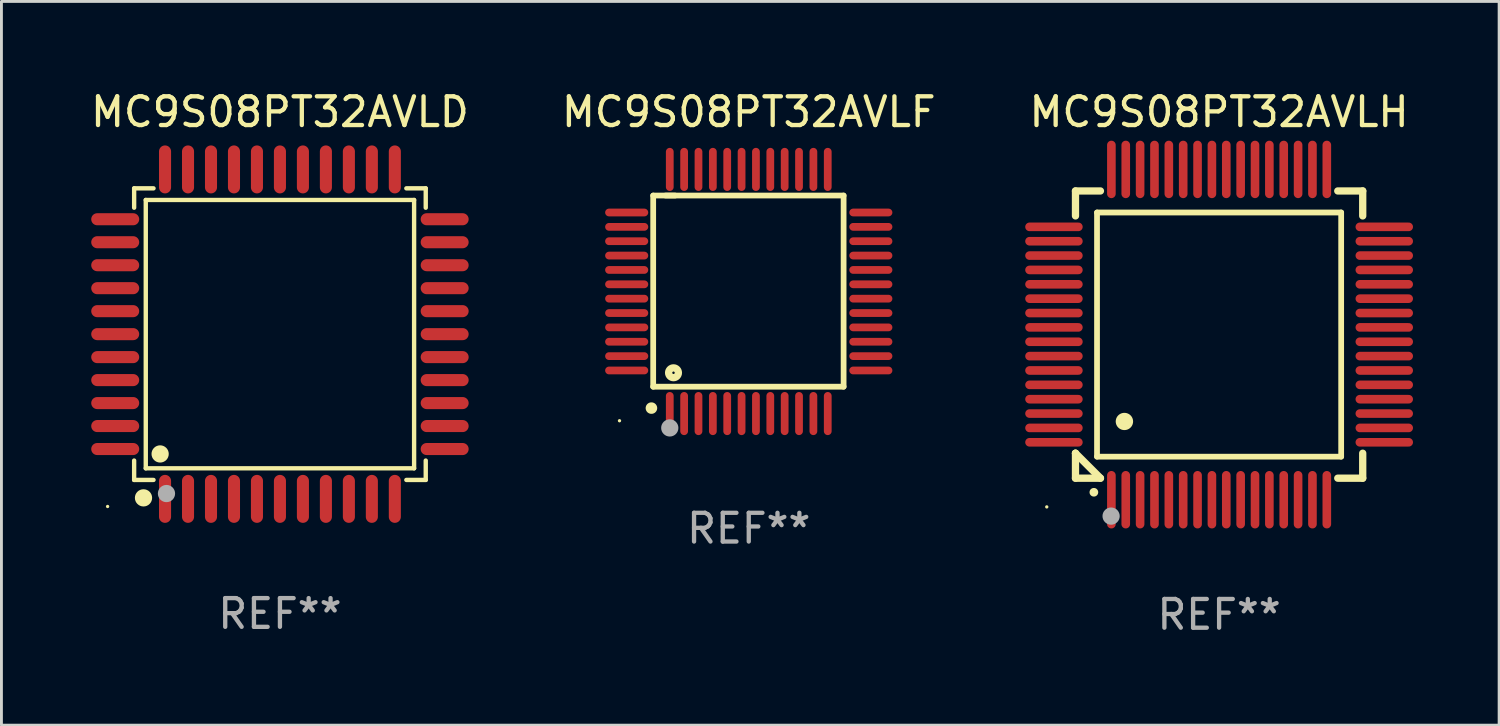
<source format=kicad_pcb>
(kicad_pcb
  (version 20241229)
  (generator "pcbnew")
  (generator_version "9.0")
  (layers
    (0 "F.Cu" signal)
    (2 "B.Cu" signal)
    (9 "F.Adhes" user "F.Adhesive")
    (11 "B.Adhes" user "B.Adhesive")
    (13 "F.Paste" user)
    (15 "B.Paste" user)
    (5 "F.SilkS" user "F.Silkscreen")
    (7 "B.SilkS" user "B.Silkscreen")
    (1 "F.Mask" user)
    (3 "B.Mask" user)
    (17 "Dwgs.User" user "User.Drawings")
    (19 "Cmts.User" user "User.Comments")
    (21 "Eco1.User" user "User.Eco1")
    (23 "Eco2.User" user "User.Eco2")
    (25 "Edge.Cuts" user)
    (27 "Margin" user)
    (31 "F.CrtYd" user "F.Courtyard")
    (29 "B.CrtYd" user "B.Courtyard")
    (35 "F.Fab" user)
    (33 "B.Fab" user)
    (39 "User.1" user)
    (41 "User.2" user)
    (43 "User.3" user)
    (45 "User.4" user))
  (footprint "MC9S08PT32AVLH"
    (layer "F.Cu")
    (at 39.393 8.598)
    (property "Reference" "MC9S08PT32AVLH" (at 0 -7.75 0) (layer "F.SilkS") (effects (font (size 1 1) (thickness 0.15))))
    (attr through_hole)
    (fp_line (start -5 -5) (end -4.131 -5) (stroke (width 0.254) (type solid)) (layer "F.SilkS"))
    (fp_line (start -5 -4.131) (end -5 -5) (stroke (width 0.254) (type solid)) (layer "F.SilkS"))
    (fp_line (start -5 4.131) (end -5 4.131) (stroke (width 0.254) (type solid)) (layer "F.SilkS"))
    (fp_line (start -5 5) (end -5 4.131) (stroke (width 0.254) (type solid)) (layer "F.SilkS"))
    (fp_line (start -5 4.131) (end -4.131 5) (stroke (width 0.254) (type solid)) (layer "F.SilkS"))
    (fp_line (start -4.25 -4.25) (end -4.25 4.25) (stroke (width 0.2) (type solid)) (layer "F.SilkS"))
    (fp_line (start -4.25 4.25) (end 4.25 4.25) (stroke (width 0.2) (type solid)) (layer "F.SilkS"))
    (fp_line (start -4.131 5) (end -5 5) (stroke (width 0.254) (type solid)) (layer "F.SilkS"))
    (fp_line (start 4.25 -4.25) (end -4.25 -4.25) (stroke (width 0.2) (type solid)) (layer "F.SilkS"))
    (fp_line (start 4.25 4.25) (end 4.25 -4.25) (stroke (width 0.2) (type solid)) (layer "F.SilkS"))
    (fp_line (start 5 -5) (end 4.131 -5) (stroke (width 0.254) (type solid)) (layer "F.SilkS"))
    (fp_line (start 5 -5) (end 5 -4.131) (stroke (width 0.254) (type solid)) (layer "F.SilkS"))
    (fp_line (start 5 4.131) (end 5 5) (stroke (width 0.254) (type solid)) (layer "F.SilkS"))
    (fp_line (start 5 5) (end 4.131 5) (stroke (width 0.254) (type solid)) (layer "F.SilkS"))
    (fp_arc (start -4.361265 5.489992) (mid -4.359995 5.489987) (end -4.358725 5.489992) (stroke (width 0.3) (type solid)) (layer "F.SilkS"))
    (fp_arc (start -3.299467 3.025146) (mid -3.296927 3.025135) (end -3.294387 3.025146) (stroke (width 0.6) (type solid)) (layer "F.SilkS"))
    (fp_circle (center -6 6) (end -5.97 6) (stroke (width 0.06) (type solid)) (fill no) (layer "F.SilkS"))
    (fp_circle (center -3.76 6.32) (end -3.61 6.32) (stroke (width 0.3) (type solid)) (fill no) (layer "F.Fab"))
    (fp_text user "REF**" (at 0 9.75 0) (layer "F.Fab") (effects (font (size 1 1) (thickness 0.15))))
    (pad "1" smd oval (at -3.75 5.75) (size 0.3 2) (layers "F.Cu" "F.Mask" "F.Paste"))
    (pad "2" smd oval (at -3.25 5.75) (size 0.3 2) (layers "F.Cu" "F.Mask" "F.Paste"))
    (pad "3" smd oval (at -2.75 5.75) (size 0.3 2) (layers "F.Cu" "F.Mask" "F.Paste"))
    (pad "4" smd oval (at -2.25 5.75) (size 0.3 2) (layers "F.Cu" "F.Mask" "F.Paste"))
    (pad "5" smd oval (at -1.75 5.75) (size 0.3 2) (layers "F.Cu" "F.Mask" "F.Paste"))
    (pad "6" smd oval (at -1.25 5.75) (size 0.3 2) (layers "F.Cu" "F.Mask" "F.Paste"))
    (pad "7" smd oval (at -0.75 5.75) (size 0.3 2) (layers "F.Cu" "F.Mask" "F.Paste"))
    (pad "8" smd oval (at -0.25 5.75) (size 0.3 2) (layers "F.Cu" "F.Mask" "F.Paste"))
    (pad "9" smd oval (at 0.25 5.75) (size 0.3 2) (layers "F.Cu" "F.Mask" "F.Paste"))
    (pad "10" smd oval (at 0.75 5.75) (size 0.3 2) (layers "F.Cu" "F.Mask" "F.Paste"))
    (pad "11" smd oval (at 1.25 5.75) (size 0.3 2) (layers "F.Cu" "F.Mask" "F.Paste"))
    (pad "12" smd oval (at 1.75 5.75) (size 0.3 2) (layers "F.Cu" "F.Mask" "F.Paste"))
    (pad "13" smd oval (at 2.25 5.75) (size 0.3 2) (layers "F.Cu" "F.Mask" "F.Paste"))
    (pad "14" smd oval (at 2.75 5.75) (size 0.3 2) (layers "F.Cu" "F.Mask" "F.Paste"))
    (pad "15" smd oval (at 3.25 5.75) (size 0.3 2) (layers "F.Cu" "F.Mask" "F.Paste"))
    (pad "16" smd oval (at 3.75 5.75) (size 0.3 2) (layers "F.Cu" "F.Mask" "F.Paste"))
    (pad "17" smd oval (at 5.75 3.75) (size 2 0.3) (layers "F.Cu" "F.Mask" "F.Paste"))
    (pad "18" smd oval (at 5.75 3.25) (size 2 0.3) (layers "F.Cu" "F.Mask" "F.Paste"))
    (pad "19" smd oval (at 5.75 2.75) (size 2 0.3) (layers "F.Cu" "F.Mask" "F.Paste"))
    (pad "20" smd oval (at 5.75 2.25) (size 2 0.3) (layers "F.Cu" "F.Mask" "F.Paste"))
    (pad "21" smd oval (at 5.75 1.75) (size 2 0.3) (layers "F.Cu" "F.Mask" "F.Paste"))
    (pad "22" smd oval (at 5.75 1.25) (size 2 0.3) (layers "F.Cu" "F.Mask" "F.Paste"))
    (pad "23" smd oval (at 5.75 0.75) (size 2 0.3) (layers "F.Cu" "F.Mask" "F.Paste"))
    (pad "24" smd oval (at 5.75 0.25) (size 2 0.3) (layers "F.Cu" "F.Mask" "F.Paste"))
    (pad "25" smd oval (at 5.75 -0.25) (size 2 0.3) (layers "F.Cu" "F.Mask" "F.Paste"))
    (pad "26" smd oval (at 5.75 -0.75) (size 2 0.3) (layers "F.Cu" "F.Mask" "F.Paste"))
    (pad "27" smd oval (at 5.75 -1.25) (size 2 0.3) (layers "F.Cu" "F.Mask" "F.Paste"))
    (pad "28" smd oval (at 5.75 -1.75) (size 2 0.3) (layers "F.Cu" "F.Mask" "F.Paste"))
    (pad "29" smd oval (at 5.75 -2.25) (size 2 0.3) (layers "F.Cu" "F.Mask" "F.Paste"))
    (pad "30" smd oval (at 5.75 -2.75) (size 2 0.3) (layers "F.Cu" "F.Mask" "F.Paste"))
    (pad "31" smd oval (at 5.75 -3.25) (size 2 0.3) (layers "F.Cu" "F.Mask" "F.Paste"))
    (pad "32" smd oval (at 5.75 -3.75) (size 2 0.3) (layers "F.Cu" "F.Mask" "F.Paste"))
    (pad "33" smd oval (at 3.75 -5.75) (size 0.3 2) (layers "F.Cu" "F.Mask" "F.Paste"))
    (pad "34" smd oval (at 3.25 -5.75) (size 0.3 2) (layers "F.Cu" "F.Mask" "F.Paste"))
    (pad "35" smd oval (at 2.75 -5.75) (size 0.3 2) (layers "F.Cu" "F.Mask" "F.Paste"))
    (pad "36" smd oval (at 2.25 -5.75) (size 0.3 2) (layers "F.Cu" "F.Mask" "F.Paste"))
    (pad "37" smd oval (at 1.75 -5.75) (size 0.3 2) (layers "F.Cu" "F.Mask" "F.Paste"))
    (pad "38" smd oval (at 1.25 -5.75) (size 0.3 2) (layers "F.Cu" "F.Mask" "F.Paste"))
    (pad "39" smd oval (at 0.75 -5.75) (size 0.3 2) (layers "F.Cu" "F.Mask" "F.Paste"))
    (pad "40" smd oval (at 0.25 -5.75) (size 0.3 2) (layers "F.Cu" "F.Mask" "F.Paste"))
    (pad "41" smd oval (at -0.25 -5.75) (size 0.3 2) (layers "F.Cu" "F.Mask" "F.Paste"))
    (pad "42" smd oval (at -0.75 -5.75) (size 0.3 2) (layers "F.Cu" "F.Mask" "F.Paste"))
    (pad "43" smd oval (at -1.25 -5.75) (size 0.3 2) (layers "F.Cu" "F.Mask" "F.Paste"))
    (pad "44" smd oval (at -1.75 -5.75) (size 0.3 2) (layers "F.Cu" "F.Mask" "F.Paste"))
    (pad "45" smd oval (at -2.25 -5.75) (size 0.3 2) (layers "F.Cu" "F.Mask" "F.Paste"))
    (pad "46" smd oval (at -2.75 -5.75) (size 0.3 2) (layers "F.Cu" "F.Mask" "F.Paste"))
    (pad "47" smd oval (at -3.25 -5.75) (size 0.3 2) (layers "F.Cu" "F.Mask" "F.Paste"))
    (pad "48" smd oval (at -3.75 -5.75) (size 0.3 2) (layers "F.Cu" "F.Mask" "F.Paste"))
    (pad "49" smd oval (at -5.75 -3.75) (size 2 0.3) (layers "F.Cu" "F.Mask" "F.Paste"))
    (pad "50" smd oval (at -5.75 -3.25) (size 2 0.3) (layers "F.Cu" "F.Mask" "F.Paste"))
    (pad "51" smd oval (at -5.75 -2.75) (size 2 0.3) (layers "F.Cu" "F.Mask" "F.Paste"))
    (pad "52" smd oval (at -5.75 -2.25) (size 2 0.3) (layers "F.Cu" "F.Mask" "F.Paste"))
    (pad "53" smd oval (at -5.75 -1.75) (size 2 0.3) (layers "F.Cu" "F.Mask" "F.Paste"))
    (pad "54" smd oval (at -5.75 -1.25) (size 2 0.3) (layers "F.Cu" "F.Mask" "F.Paste"))
    (pad "55" smd oval (at -5.75 -0.75) (size 2 0.3) (layers "F.Cu" "F.Mask" "F.Paste"))
    (pad "56" smd oval (at -5.75 -0.25) (size 2 0.3) (layers "F.Cu" "F.Mask" "F.Paste"))
    (pad "57" smd oval (at -5.75 0.25) (size 2 0.3) (layers "F.Cu" "F.Mask" "F.Paste"))
    (pad "58" smd oval (at -5.75 0.75) (size 2 0.3) (layers "F.Cu" "F.Mask" "F.Paste"))
    (pad "59" smd oval (at -5.75 1.25) (size 2 0.3) (layers "F.Cu" "F.Mask" "F.Paste"))
    (pad "60" smd oval (at -5.75 1.75) (size 2 0.3) (layers "F.Cu" "F.Mask" "F.Paste"))
    (pad "61" smd oval (at -5.75 2.25) (size 2 0.3) (layers "F.Cu" "F.Mask" "F.Paste"))
    (pad "62" smd oval (at -5.75 2.75) (size 2 0.3) (layers "F.Cu" "F.Mask" "F.Paste"))
    (pad "63" smd oval (at -5.75 3.25) (size 2 0.3) (layers "F.Cu" "F.Mask" "F.Paste"))
    (pad "64" smd oval (at -5.75 3.75) (size 2 0.3) (layers "F.Cu" "F.Mask" "F.Paste")))
  (footprint "MC9S08PT32AVLD"
    (layer "F.Cu")
    (at 6.696 8.583)
    (property "Reference" "MC9S08PT32AVLD" (at 0 -7.735 0) (layer "F.SilkS") (effects (font (size 1 1) (thickness 0.15))))
    (attr through_hole)
    (fp_line (start -5.076 -5.076) (end -4.401 -5.076) (stroke (width 0.152) (type solid)) (layer "F.SilkS"))
    (fp_line (start -5.076 -4.401) (end -5.076 -5.076) (stroke (width 0.152) (type solid)) (layer "F.SilkS"))
    (fp_line (start -5.076 4.401) (end -5.076 5.076) (stroke (width 0.152) (type solid)) (layer "F.SilkS"))
    (fp_line (start -5.076 5.076) (end -4.401 5.076) (stroke (width 0.152) (type solid)) (layer "F.SilkS"))
    (fp_line (start -4.671 -4.671) (end 4.671 -4.671) (stroke (width 0.152) (type solid)) (layer "F.SilkS"))
    (fp_line (start -4.671 4.671) (end -4.671 -4.671) (stroke (width 0.152) (type solid)) (layer "F.SilkS"))
    (fp_line (start 4.671 -4.671) (end 4.671 4.671) (stroke (width 0.152) (type solid)) (layer "F.SilkS"))
    (fp_line (start 4.671 4.671) (end -4.671 4.671) (stroke (width 0.152) (type solid)) (layer "F.SilkS"))
    (fp_line (start 5.076 -5.076) (end 4.401 -5.076) (stroke (width 0.152) (type solid)) (layer "F.SilkS"))
    (fp_line (start 5.076 -4.401) (end 5.076 -5.076) (stroke (width 0.152) (type solid)) (layer "F.SilkS"))
    (fp_line (start 5.076 4.401) (end 5.076 5.076) (stroke (width 0.152) (type solid)) (layer "F.SilkS"))
    (fp_line (start 5.076 5.076) (end 4.401 5.076) (stroke (width 0.152) (type solid)) (layer "F.SilkS"))
    (fp_circle (center -6 6) (end -5.97 6) (stroke (width 0.06) (type solid)) (fill no) (layer "F.SilkS"))
    (fp_circle (center -4.75 5.7) (end -4.6 5.7) (stroke (width 0.3) (type solid)) (fill no) (layer "F.SilkS"))
    (fp_circle (center -4.171 4.171) (end -4.021 4.171) (stroke (width 0.3) (type solid)) (fill no) (layer "F.SilkS"))
    (fp_circle (center -3.95 5.55) (end -3.8 5.55) (stroke (width 0.3) (type solid)) (fill no) (layer "F.Fab"))
    (fp_text user "REF**" (at 0 9.735 0) (layer "F.Fab") (effects (font (size 1 1) (thickness 0.15))))
    (pad "1" smd oval (at -4 5.735) (size 0.42 1.67) (layers "F.Cu" "F.Mask" "F.Paste"))
    (pad "2" smd oval (at -3.2 5.735) (size 0.42 1.67) (layers "F.Cu" "F.Mask" "F.Paste"))
    (pad "3" smd oval (at -2.4 5.735) (size 0.42 1.67) (layers "F.Cu" "F.Mask" "F.Paste"))
    (pad "4" smd oval (at -1.6 5.735) (size 0.42 1.67) (layers "F.Cu" "F.Mask" "F.Paste"))
    (pad "5" smd oval (at -0.8 5.735) (size 0.42 1.67) (layers "F.Cu" "F.Mask" "F.Paste"))
    (pad "6" smd oval (at 0 5.735) (size 0.42 1.67) (layers "F.Cu" "F.Mask" "F.Paste"))
    (pad "7" smd oval (at 0.8 5.735) (size 0.42 1.67) (layers "F.Cu" "F.Mask" "F.Paste"))
    (pad "8" smd oval (at 1.6 5.735) (size 0.42 1.67) (layers "F.Cu" "F.Mask" "F.Paste"))
    (pad "9" smd oval (at 2.4 5.735) (size 0.42 1.67) (layers "F.Cu" "F.Mask" "F.Paste"))
    (pad "10" smd oval (at 3.2 5.735) (size 0.42 1.67) (layers "F.Cu" "F.Mask" "F.Paste"))
    (pad "11" smd oval (at 4 5.735) (size 0.42 1.67) (layers "F.Cu" "F.Mask" "F.Paste"))
    (pad "12" smd oval (at 5.735 4) (size 1.67 0.42) (layers "F.Cu" "F.Mask" "F.Paste"))
    (pad "13" smd oval (at 5.735 3.2) (size 1.67 0.42) (layers "F.Cu" "F.Mask" "F.Paste"))
    (pad "14" smd oval (at 5.735 2.4) (size 1.67 0.42) (layers "F.Cu" "F.Mask" "F.Paste"))
    (pad "15" smd oval (at 5.735 1.6) (size 1.67 0.42) (layers "F.Cu" "F.Mask" "F.Paste"))
    (pad "16" smd oval (at 5.735 0.8) (size 1.67 0.42) (layers "F.Cu" "F.Mask" "F.Paste"))
    (pad "17" smd oval (at 5.735 0) (size 1.67 0.42) (layers "F.Cu" "F.Mask" "F.Paste"))
    (pad "18" smd oval (at 5.735 -0.8) (size 1.67 0.42) (layers "F.Cu" "F.Mask" "F.Paste"))
    (pad "19" smd oval (at 5.735 -1.6) (size 1.67 0.42) (layers "F.Cu" "F.Mask" "F.Paste"))
    (pad "20" smd oval (at 5.735 -2.4) (size 1.67 0.42) (layers "F.Cu" "F.Mask" "F.Paste"))
    (pad "21" smd oval (at 5.735 -3.2) (size 1.67 0.42) (layers "F.Cu" "F.Mask" "F.Paste"))
    (pad "22" smd oval (at 5.735 -4) (size 1.67 0.42) (layers "F.Cu" "F.Mask" "F.Paste"))
    (pad "23" smd oval (at 4 -5.735) (size 0.42 1.67) (layers "F.Cu" "F.Mask" "F.Paste"))
    (pad "24" smd oval (at 3.2 -5.735) (size 0.42 1.67) (layers "F.Cu" "F.Mask" "F.Paste"))
    (pad "25" smd oval (at 2.4 -5.735) (size 0.42 1.67) (layers "F.Cu" "F.Mask" "F.Paste"))
    (pad "26" smd oval (at 1.6 -5.735) (size 0.42 1.67) (layers "F.Cu" "F.Mask" "F.Paste"))
    (pad "27" smd oval (at 0.8 -5.735) (size 0.42 1.67) (layers "F.Cu" "F.Mask" "F.Paste"))
    (pad "28" smd oval (at 0 -5.735) (size 0.42 1.67) (layers "F.Cu" "F.Mask" "F.Paste"))
    (pad "29" smd oval (at -0.8 -5.735) (size 0.42 1.67) (layers "F.Cu" "F.Mask" "F.Paste"))
    (pad "30" smd oval (at -1.6 -5.735) (size 0.42 1.67) (layers "F.Cu" "F.Mask" "F.Paste"))
    (pad "31" smd oval (at -2.4 -5.735) (size 0.42 1.67) (layers "F.Cu" "F.Mask" "F.Paste"))
    (pad "32" smd oval (at -3.2 -5.735) (size 0.42 1.67) (layers "F.Cu" "F.Mask" "F.Paste"))
    (pad "33" smd oval (at -4 -5.735) (size 0.42 1.67) (layers "F.Cu" "F.Mask" "F.Paste"))
    (pad "34" smd oval (at -5.735 -4) (size 1.67 0.42) (layers "F.Cu" "F.Mask" "F.Paste"))
    (pad "35" smd oval (at -5.735 -3.2) (size 1.67 0.42) (layers "F.Cu" "F.Mask" "F.Paste"))
    (pad "36" smd oval (at -5.735 -2.4) (size 1.67 0.42) (layers "F.Cu" "F.Mask" "F.Paste"))
    (pad "37" smd oval (at -5.735 -1.6) (size 1.67 0.42) (layers "F.Cu" "F.Mask" "F.Paste"))
    (pad "38" smd oval (at -5.735 -0.8) (size 1.67 0.42) (layers "F.Cu" "F.Mask" "F.Paste"))
    (pad "39" smd oval (at -5.735 0) (size 1.67 0.42) (layers "F.Cu" "F.Mask" "F.Paste"))
    (pad "40" smd oval (at -5.735 0.8) (size 1.67 0.42) (layers "F.Cu" "F.Mask" "F.Paste"))
    (pad "41" smd oval (at -5.735 1.6) (size 1.67 0.42) (layers "F.Cu" "F.Mask" "F.Paste"))
    (pad "42" smd oval (at -5.735 2.4) (size 1.67 0.42) (layers "F.Cu" "F.Mask" "F.Paste"))
    (pad "43" smd oval (at -5.735 3.2) (size 1.67 0.42) (layers "F.Cu" "F.Mask" "F.Paste"))
    (pad "44" smd oval (at -5.735 4) (size 1.67 0.42) (layers "F.Cu" "F.Mask" "F.Paste")))
  (footprint "MC9S08PT32AVLF"
    (layer "F.Cu")
    (at 23.018 7.098)
    (property "Reference" "MC9S08PT32AVLF" (at 0 -6.25 0) (layer "F.SilkS") (effects (font (size 1 1) (thickness 0.15))))
    (attr through_hole)
    (fp_line (start -3.327 -3.34) (end -2.565 -3.34) (stroke (width 0.2) (type solid)) (layer "F.SilkS"))
    (fp_line (start -3.327 3.315) (end -3.327 -3.34) (stroke (width 0.2) (type solid)) (layer "F.SilkS"))
    (fp_line (start -2.896 -3.34) (end 3.302 -3.34) (stroke (width 0.2) (type solid)) (layer "F.SilkS"))
    (fp_line (start 3.302 -3.34) (end 3.302 3.315) (stroke (width 0.2) (type solid)) (layer "F.SilkS"))
    (fp_line (start 3.302 3.315) (end -3.327 3.315) (stroke (width 0.2) (type solid)) (layer "F.SilkS"))
    (fp_arc (start -3.389992 4.059995) (mid -3.388722 4.059991) (end -3.387452 4.059995) (stroke (width 0.4) (type solid)) (layer "F.SilkS"))
    (fp_circle (center -4.5 4.5) (end -4.47 4.5) (stroke (width 0.06) (type solid)) (fill no) (layer "F.SilkS"))
    (fp_circle (center -2.62 2.83) (end -2.45 2.83) (stroke (width 0.254) (type solid)) (fill no) (layer "F.SilkS"))
    (fp_circle (center -2.75 4.75) (end -2.6 4.75) (stroke (width 0.3) (type solid)) (fill no) (layer "F.Fab"))
    (fp_text user "REF**" (at 0 8.25 0) (layer "F.Fab") (effects (font (size 1 1) (thickness 0.15))))
    (pad "1" smd oval (at -2.75 4.25) (size 0.27 1.5) (layers "F.Cu" "F.Mask" "F.Paste"))
    (pad "2" smd oval (at -2.25 4.25) (size 0.27 1.5) (layers "F.Cu" "F.Mask" "F.Paste"))
    (pad "3" smd oval (at -1.75 4.25) (size 0.27 1.5) (layers "F.Cu" "F.Mask" "F.Paste"))
    (pad "4" smd oval (at -1.25 4.25) (size 0.27 1.5) (layers "F.Cu" "F.Mask" "F.Paste"))
    (pad "5" smd oval (at -0.75 4.25) (size 0.27 1.5) (layers "F.Cu" "F.Mask" "F.Paste"))
    (pad "6" smd oval (at -0.25 4.25) (size 0.27 1.5) (layers "F.Cu" "F.Mask" "F.Paste"))
    (pad "7" smd oval (at 0.25 4.25) (size 0.27 1.5) (layers "F.Cu" "F.Mask" "F.Paste"))
    (pad "8" smd oval (at 0.75 4.25) (size 0.27 1.5) (layers "F.Cu" "F.Mask" "F.Paste"))
    (pad "9" smd oval (at 1.25 4.25) (size 0.27 1.5) (layers "F.Cu" "F.Mask" "F.Paste"))
    (pad "10" smd oval (at 1.75 4.25) (size 0.27 1.5) (layers "F.Cu" "F.Mask" "F.Paste"))
    (pad "11" smd oval (at 2.25 4.25) (size 0.27 1.5) (layers "F.Cu" "F.Mask" "F.Paste"))
    (pad "12" smd oval (at 2.75 4.25) (size 0.27 1.5) (layers "F.Cu" "F.Mask" "F.Paste"))
    (pad "13" smd oval (at 4.25 2.75) (size 1.5 0.27) (layers "F.Cu" "F.Mask" "F.Paste"))
    (pad "14" smd oval (at 4.25 2.25) (size 1.5 0.27) (layers "F.Cu" "F.Mask" "F.Paste"))
    (pad "15" smd oval (at 4.25 1.75) (size 1.5 0.27) (layers "F.Cu" "F.Mask" "F.Paste"))
    (pad "16" smd oval (at 4.25 1.25) (size 1.5 0.27) (layers "F.Cu" "F.Mask" "F.Paste"))
    (pad "17" smd oval (at 4.25 0.75) (size 1.5 0.27) (layers "F.Cu" "F.Mask" "F.Paste"))
    (pad "18" smd oval (at 4.25 0.25) (size 1.5 0.27) (layers "F.Cu" "F.Mask" "F.Paste"))
    (pad "19" smd oval (at 4.25 -0.25) (size 1.5 0.27) (layers "F.Cu" "F.Mask" "F.Paste"))
    (pad "20" smd oval (at 4.25 -0.75) (size 1.5 0.27) (layers "F.Cu" "F.Mask" "F.Paste"))
    (pad "21" smd oval (at 4.25 -1.25) (size 1.5 0.27) (layers "F.Cu" "F.Mask" "F.Paste"))
    (pad "22" smd oval (at 4.25 -1.75) (size 1.5 0.27) (layers "F.Cu" "F.Mask" "F.Paste"))
    (pad "23" smd oval (at 4.25 -2.25) (size 1.5 0.27) (layers "F.Cu" "F.Mask" "F.Paste"))
    (pad "24" smd oval (at 4.25 -2.75) (size 1.5 0.27) (layers "F.Cu" "F.Mask" "F.Paste"))
    (pad "25" smd oval (at 2.75 -4.25) (size 0.27 1.5) (layers "F.Cu" "F.Mask" "F.Paste"))
    (pad "26" smd oval (at 2.25 -4.25) (size 0.27 1.5) (layers "F.Cu" "F.Mask" "F.Paste"))
    (pad "27" smd oval (at 1.75 -4.25) (size 0.27 1.5) (layers "F.Cu" "F.Mask" "F.Paste"))
    (pad "28" smd oval (at 1.25 -4.25) (size 0.27 1.5) (layers "F.Cu" "F.Mask" "F.Paste"))
    (pad "29" smd oval (at 0.75 -4.25) (size 0.27 1.5) (layers "F.Cu" "F.Mask" "F.Paste"))
    (pad "30" smd oval (at 0.25 -4.25) (size 0.27 1.5) (layers "F.Cu" "F.Mask" "F.Paste"))
    (pad "31" smd oval (at -0.25 -4.25) (size 0.27 1.5) (layers "F.Cu" "F.Mask" "F.Paste"))
    (pad "32" smd oval (at -0.75 -4.25) (size 0.27 1.5) (layers "F.Cu" "F.Mask" "F.Paste"))
    (pad "33" smd oval (at -1.25 -4.25) (size 0.27 1.5) (layers "F.Cu" "F.Mask" "F.Paste"))
    (pad "34" smd oval (at -1.75 -4.25) (size 0.27 1.5) (layers "F.Cu" "F.Mask" "F.Paste"))
    (pad "35" smd oval (at -2.25 -4.25) (size 0.27 1.5) (layers "F.Cu" "F.Mask" "F.Paste"))
    (pad "36" smd oval (at -2.75 -4.25) (size 0.27 1.5) (layers "F.Cu" "F.Mask" "F.Paste"))
    (pad "37" smd oval (at -4.25 -2.75) (size 1.5 0.27) (layers "F.Cu" "F.Mask" "F.Paste"))
    (pad "38" smd oval (at -4.25 -2.25) (size 1.5 0.27) (layers "F.Cu" "F.Mask" "F.Paste"))
    (pad "39" smd oval (at -4.25 -1.75) (size 1.5 0.27) (layers "F.Cu" "F.Mask" "F.Paste"))
    (pad "40" smd oval (at -4.25 -1.25) (size 1.5 0.27) (layers "F.Cu" "F.Mask" "F.Paste"))
    (pad "41" smd oval (at -4.25 -0.75) (size 1.5 0.27) (layers "F.Cu" "F.Mask" "F.Paste"))
    (pad "42" smd oval (at -4.25 -0.25) (size 1.5 0.27) (layers "F.Cu" "F.Mask" "F.Paste"))
    (pad "43" smd oval (at -4.25 0.25) (size 1.5 0.27) (layers "F.Cu" "F.Mask" "F.Paste"))
    (pad "44" smd oval (at -4.25 0.75) (size 1.5 0.27) (layers "F.Cu" "F.Mask" "F.Paste"))
    (pad "45" smd oval (at -4.25 1.25) (size 1.5 0.27) (layers "F.Cu" "F.Mask" "F.Paste"))
    (pad "46" smd oval (at -4.25 1.75) (size 1.5 0.27) (layers "F.Cu" "F.Mask" "F.Paste"))
    (pad "47" smd oval (at -4.25 2.25) (size 1.5 0.27) (layers "F.Cu" "F.Mask" "F.Paste"))
    (pad "48" smd oval (at -4.25 2.75) (size 1.5 0.27) (layers "F.Cu" "F.Mask" "F.Paste")))
  (gr_rect
    (start -3 -3)
    (end 49.142 22.196)
    (stroke (width 0.1) (type default))
    (fill no)
    (layer "Edge.Cuts")))
</source>
